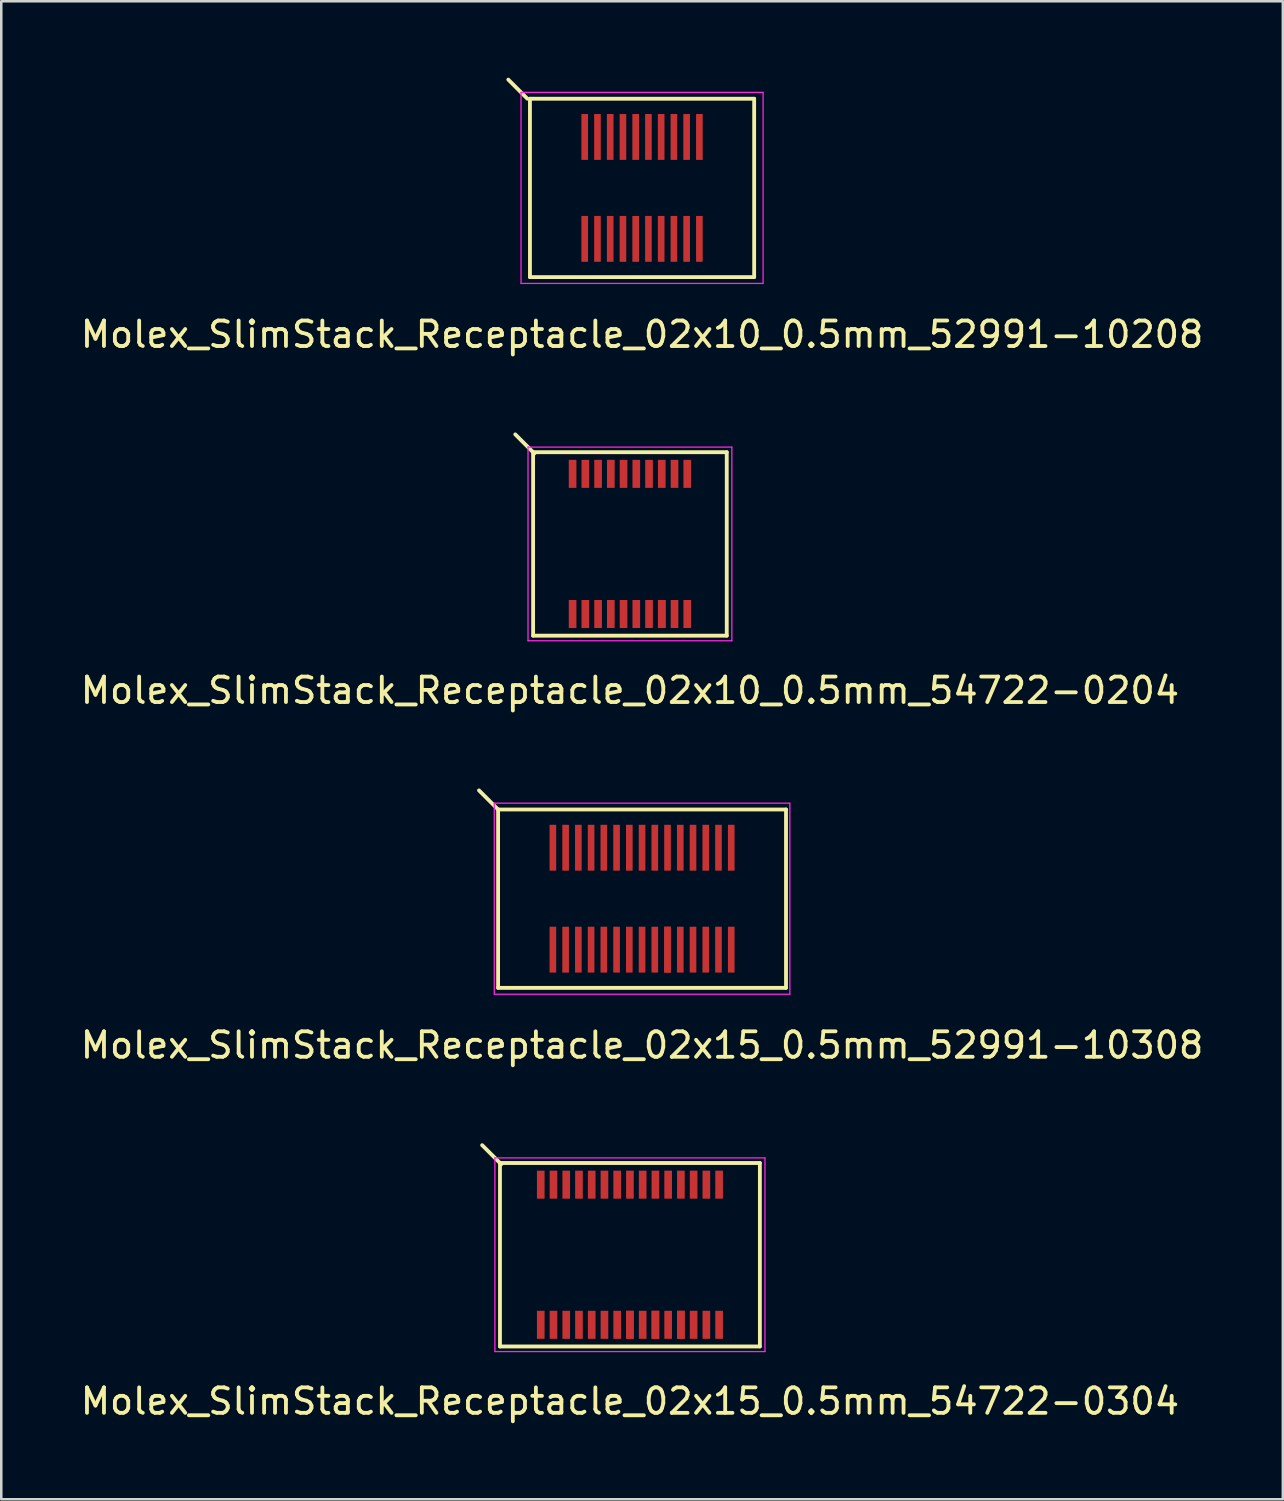
<source format=kicad_pcb>
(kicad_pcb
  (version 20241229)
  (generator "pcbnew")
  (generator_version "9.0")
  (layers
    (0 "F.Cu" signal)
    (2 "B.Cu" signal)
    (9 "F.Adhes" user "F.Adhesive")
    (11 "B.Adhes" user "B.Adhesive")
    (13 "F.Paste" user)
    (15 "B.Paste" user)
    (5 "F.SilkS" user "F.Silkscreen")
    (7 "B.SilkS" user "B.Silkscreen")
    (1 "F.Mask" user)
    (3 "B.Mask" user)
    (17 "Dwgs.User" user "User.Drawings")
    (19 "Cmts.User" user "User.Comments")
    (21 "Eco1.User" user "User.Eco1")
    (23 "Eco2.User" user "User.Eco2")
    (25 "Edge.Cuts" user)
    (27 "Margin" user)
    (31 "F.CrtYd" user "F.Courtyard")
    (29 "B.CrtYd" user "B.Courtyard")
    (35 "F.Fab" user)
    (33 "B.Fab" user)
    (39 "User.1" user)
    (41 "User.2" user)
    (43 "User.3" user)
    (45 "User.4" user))
  (footprint "Molex_SlimStack_Receptacle_02x15_0.5mm_52991-10308"
    (layer "F.Cu")
    (at 22.149 32.221)
    (property "Reference" "Molex_SlimStack_Receptacle_02x15_0.5mm_52991-10308" (at 0 5.75 0) (layer "F.SilkS") (effects (font (size 1 1) (thickness 0.15))))
    (attr smd)
    (fp_line (start -5.65 -3.5) (end -6.4 -4.25) (stroke (width 0.15) (type solid)) (layer "F.SilkS"))
    (fp_line (start -5.65 -3.5) (end -5.65 3.5) (stroke (width 0.15) (type solid)) (layer "F.SilkS"))
    (fp_line (start -5.65 3.5) (end 5.65 3.5) (stroke (width 0.15) (type solid)) (layer "F.SilkS"))
    (fp_line (start 5.65 -3.5) (end -5.65 -3.5) (stroke (width 0.15) (type solid)) (layer "F.SilkS"))
    (fp_line (start 5.65 3.5) (end 5.65 -3.5) (stroke (width 0.15) (type solid)) (layer "F.SilkS"))
    (fp_line (start -5.8 -3.75) (end -5.8 3.75) (stroke (width 0.05) (type solid)) (layer "F.CrtYd"))
    (fp_line (start -5.8 3.75) (end 5.8 3.75) (stroke (width 0.05) (type solid)) (layer "F.CrtYd"))
    (fp_line (start 5.8 -3.75) (end -5.8 -3.75) (stroke (width 0.05) (type solid)) (layer "F.CrtYd"))
    (fp_line (start 5.8 3.75) (end 5.8 -3.75) (stroke (width 0.05) (type solid)) (layer "F.CrtYd"))
    (pad "1" smd rect (at -3.5 -2) (size 0.26 1.8) (layers "F.Cu" "F.Mask" "F.Paste"))
    (pad "2" smd rect (at -3.5 2) (size 0.26 1.8) (layers "F.Cu" "F.Mask" "F.Paste"))
    (pad "3" smd rect (at -3 -2) (size 0.26 1.8) (layers "F.Cu" "F.Mask" "F.Paste"))
    (pad "4" smd rect (at -3 2) (size 0.26 1.8) (layers "F.Cu" "F.Mask" "F.Paste"))
    (pad "5" smd rect (at -2.5 -2) (size 0.26 1.8) (layers "F.Cu" "F.Mask" "F.Paste"))
    (pad "6" smd rect (at -2.5 2) (size 0.26 1.8) (layers "F.Cu" "F.Mask" "F.Paste"))
    (pad "7" smd rect (at -2 -2) (size 0.26 1.8) (layers "F.Cu" "F.Mask" "F.Paste"))
    (pad "8" smd rect (at -2 2) (size 0.26 1.8) (layers "F.Cu" "F.Mask" "F.Paste"))
    (pad "9" smd rect (at -1.5 -2) (size 0.26 1.8) (layers "F.Cu" "F.Mask" "F.Paste"))
    (pad "10" smd rect (at -1.5 2) (size 0.26 1.8) (layers "F.Cu" "F.Mask" "F.Paste"))
    (pad "11" smd rect (at -1 -2) (size 0.26 1.8) (layers "F.Cu" "F.Mask" "F.Paste"))
    (pad "12" smd rect (at -1 2) (size 0.26 1.8) (layers "F.Cu" "F.Mask" "F.Paste"))
    (pad "13" smd rect (at -0.5 -2) (size 0.26 1.8) (layers "F.Cu" "F.Mask" "F.Paste"))
    (pad "14" smd rect (at -0.5 2) (size 0.26 1.8) (layers "F.Cu" "F.Mask" "F.Paste"))
    (pad "15" smd rect (at 0 -2) (size 0.26 1.8) (layers "F.Cu" "F.Mask" "F.Paste"))
    (pad "16" smd rect (at 0 2) (size 0.26 1.8) (layers "F.Cu" "F.Mask" "F.Paste"))
    (pad "17" smd rect (at 0.5 -2) (size 0.26 1.8) (layers "F.Cu" "F.Mask" "F.Paste"))
    (pad "18" smd rect (at 0.5 2) (size 0.26 1.8) (layers "F.Cu" "F.Mask" "F.Paste"))
    (pad "19" smd rect (at 1 -2) (size 0.26 1.8) (layers "F.Cu" "F.Mask" "F.Paste"))
    (pad "20" smd rect (at 1 2) (size 0.26 1.8) (layers "F.Cu" "F.Mask" "F.Paste"))
    (pad "20" smd rect (at 1 2) (size 0.26 1.8) (layers "F.Cu" "F.Mask" "F.Paste"))
    (pad "21" smd rect (at 1.5 -2) (size 0.26 1.8) (layers "F.Cu" "F.Mask" "F.Paste"))
    (pad "22" smd rect (at 1.5 2) (size 0.26 1.8) (layers "F.Cu" "F.Mask" "F.Paste"))
    (pad "23" smd rect (at 2 -2) (size 0.26 1.8) (layers "F.Cu" "F.Mask" "F.Paste"))
    (pad "24" smd rect (at 2 2) (size 0.26 1.8) (layers "F.Cu" "F.Mask" "F.Paste"))
    (pad "25" smd rect (at 2.5 -2) (size 0.26 1.8) (layers "F.Cu" "F.Mask" "F.Paste"))
    (pad "26" smd rect (at 2.5 2) (size 0.26 1.8) (layers "F.Cu" "F.Mask" "F.Paste"))
    (pad "27" smd rect (at 3 -2) (size 0.26 1.8) (layers "F.Cu" "F.Mask" "F.Paste"))
    (pad "28" smd rect (at 3 2) (size 0.26 1.8) (layers "F.Cu" "F.Mask" "F.Paste"))
    (pad "29" smd rect (at 3.5 -2) (size 0.26 1.8) (layers "F.Cu" "F.Mask" "F.Paste"))
    (pad "30" smd rect (at 3.5 2) (size 0.26 1.8) (layers "F.Cu" "F.Mask" "F.Paste")))
  (footprint "Molex_SlimStack_Receptacle_02x10_0.5mm_52991-10208"
    (layer "F.Cu")
    (at 22.149 4.325)
    (property "Reference" "Molex_SlimStack_Receptacle_02x10_0.5mm_52991-10208" (at 0 5.75 0) (layer "F.SilkS") (effects (font (size 1 1) (thickness 0.15))))
    (attr smd)
    (fp_line (start -4.5 -3.5) (end -5.25 -4.25) (stroke (width 0.15) (type solid)) (layer "F.SilkS"))
    (fp_line (start -4.4 -3.5) (end -4.4 3.5) (stroke (width 0.15) (type solid)) (layer "F.SilkS"))
    (fp_line (start -4.4 3.5) (end 4.4 3.5) (stroke (width 0.15) (type solid)) (layer "F.SilkS"))
    (fp_line (start 4.4 -3.5) (end -4.4 -3.5) (stroke (width 0.15) (type solid)) (layer "F.SilkS"))
    (fp_line (start 4.4 3.5) (end 4.4 -3.5) (stroke (width 0.15) (type solid)) (layer "F.SilkS"))
    (fp_line (start -4.75 -3.75) (end -4.75 3.75) (stroke (width 0.05) (type solid)) (layer "F.CrtYd"))
    (fp_line (start -4.75 3.75) (end 4.75 3.75) (stroke (width 0.05) (type solid)) (layer "F.CrtYd"))
    (fp_line (start 4.75 -3.75) (end -4.75 -3.75) (stroke (width 0.05) (type solid)) (layer "F.CrtYd"))
    (fp_line (start 4.75 3.75) (end 4.75 -3.75) (stroke (width 0.05) (type solid)) (layer "F.CrtYd"))
    (pad "1" smd rect (at -2.25 -2) (size 0.26 1.8) (layers "F.Cu" "F.Mask" "F.Paste"))
    (pad "2" smd rect (at -2.25 2) (size 0.26 1.8) (layers "F.Cu" "F.Mask" "F.Paste"))
    (pad "3" smd rect (at -1.75 -2) (size 0.26 1.8) (layers "F.Cu" "F.Mask" "F.Paste"))
    (pad "4" smd rect (at -1.75 2) (size 0.26 1.8) (layers "F.Cu" "F.Mask" "F.Paste"))
    (pad "5" smd rect (at -1.25 -2) (size 0.26 1.8) (layers "F.Cu" "F.Mask" "F.Paste"))
    (pad "6" smd rect (at -1.25 2) (size 0.26 1.8) (layers "F.Cu" "F.Mask" "F.Paste"))
    (pad "7" smd rect (at -0.75 -2) (size 0.26 1.8) (layers "F.Cu" "F.Mask" "F.Paste"))
    (pad "8" smd rect (at -0.75 2) (size 0.26 1.8) (layers "F.Cu" "F.Mask" "F.Paste"))
    (pad "9" smd rect (at -0.25 -2) (size 0.26 1.8) (layers "F.Cu" "F.Mask" "F.Paste"))
    (pad "10" smd rect (at -0.25 2) (size 0.26 1.8) (layers "F.Cu" "F.Mask" "F.Paste"))
    (pad "11" smd rect (at 0.25 -2) (size 0.26 1.8) (layers "F.Cu" "F.Mask" "F.Paste"))
    (pad "12" smd rect (at 0.25 2) (size 0.26 1.8) (layers "F.Cu" "F.Mask" "F.Paste"))
    (pad "13" smd rect (at 0.75 -2) (size 0.26 1.8) (layers "F.Cu" "F.Mask" "F.Paste"))
    (pad "14" smd rect (at 0.75 2) (size 0.26 1.8) (layers "F.Cu" "F.Mask" "F.Paste"))
    (pad "15" smd rect (at 1.25 -2) (size 0.26 1.8) (layers "F.Cu" "F.Mask" "F.Paste"))
    (pad "16" smd rect (at 1.25 2) (size 0.26 1.8) (layers "F.Cu" "F.Mask" "F.Paste"))
    (pad "17" smd rect (at 1.75 -2) (size 0.26 1.8) (layers "F.Cu" "F.Mask" "F.Paste"))
    (pad "18" smd rect (at 1.75 2) (size 0.26 1.8) (layers "F.Cu" "F.Mask" "F.Paste"))
    (pad "19" smd rect (at 2.25 -2) (size 0.26 1.8) (layers "F.Cu" "F.Mask" "F.Paste"))
    (pad "20" smd rect (at 2.25 2) (size 0.26 1.8) (layers "F.Cu" "F.Mask" "F.Paste")))
  (footprint "Molex_SlimStack_Receptacle_02x15_0.5mm_54722-0304"
    (layer "F.Cu")
    (at 21.673 46.195)
    (property "Reference" "Molex_SlimStack_Receptacle_02x15_0.5mm_54722-0304" (at 0 5.75 0) (layer "F.SilkS") (effects (font (size 1 1) (thickness 0.15))))
    (attr smd)
    (fp_line (start -5.1 -3.6) (end -5.1 3.6) (stroke (width 0.15) (type solid)) (layer "F.SilkS"))
    (fp_line (start -5.1 3.6) (end 5.1 3.6) (stroke (width 0.15) (type solid)) (layer "F.SilkS"))
    (fp_line (start -5.05 -3.55) (end -5.8 -4.3) (stroke (width 0.15) (type solid)) (layer "F.SilkS"))
    (fp_line (start 5.1 -3.6) (end -5.1 -3.6) (stroke (width 0.15) (type solid)) (layer "F.SilkS"))
    (fp_line (start 5.1 3.6) (end 5.1 -3.6) (stroke (width 0.15) (type solid)) (layer "F.SilkS"))
    (fp_line (start -5.3 -3.8) (end -5.3 3.8) (stroke (width 0.05) (type solid)) (layer "F.CrtYd"))
    (fp_line (start -5.3 3.8) (end 5.3 3.8) (stroke (width 0.05) (type solid)) (layer "F.CrtYd"))
    (fp_line (start 5.3 -3.8) (end -5.3 -3.8) (stroke (width 0.05) (type solid)) (layer "F.CrtYd"))
    (fp_line (start 5.3 3.8) (end 5.3 -3.8) (stroke (width 0.05) (type solid)) (layer "F.CrtYd"))
    (pad "1" smd rect (at -3.5 -2.75) (size 0.3 1.1) (layers "F.Cu" "F.Mask" "F.Paste"))
    (pad "2" smd rect (at -3.5 2.75) (size 0.3 1.1) (layers "F.Cu" "F.Mask" "F.Paste"))
    (pad "3" smd rect (at -3 -2.75) (size 0.3 1.1) (layers "F.Cu" "F.Mask" "F.Paste"))
    (pad "4" smd rect (at -3 2.75) (size 0.3 1.1) (layers "F.Cu" "F.Mask" "F.Paste"))
    (pad "5" smd rect (at -2.5 -2.75) (size 0.3 1.1) (layers "F.Cu" "F.Mask" "F.Paste"))
    (pad "6" smd rect (at -2.5 2.75) (size 0.3 1.1) (layers "F.Cu" "F.Mask" "F.Paste"))
    (pad "7" smd rect (at -2 -2.75) (size 0.3 1.1) (layers "F.Cu" "F.Mask" "F.Paste"))
    (pad "8" smd rect (at -2 2.75) (size 0.3 1.1) (layers "F.Cu" "F.Mask" "F.Paste"))
    (pad "9" smd rect (at -1.5 -2.75) (size 0.3 1.1) (layers "F.Cu" "F.Mask" "F.Paste"))
    (pad "10" smd rect (at -1.5 2.75) (size 0.3 1.1) (layers "F.Cu" "F.Mask" "F.Paste"))
    (pad "11" smd rect (at -1 -2.75) (size 0.3 1.1) (layers "F.Cu" "F.Mask" "F.Paste"))
    (pad "12" smd rect (at -1 2.75) (size 0.3 1.1) (layers "F.Cu" "F.Mask" "F.Paste"))
    (pad "13" smd rect (at -0.5 -2.75) (size 0.3 1.1) (layers "F.Cu" "F.Mask" "F.Paste"))
    (pad "14" smd rect (at -0.5 2.75) (size 0.3 1.1) (layers "F.Cu" "F.Mask" "F.Paste"))
    (pad "15" smd rect (at 0 -2.75) (size 0.3 1.1) (layers "F.Cu" "F.Mask" "F.Paste"))
    (pad "16" smd rect (at 0 2.75) (size 0.3 1.1) (layers "F.Cu" "F.Mask" "F.Paste"))
    (pad "16" smd rect (at 0 2.75) (size 0.3 1.1) (layers "F.Cu" "F.Mask" "F.Paste"))
    (pad "17" smd rect (at 0.5 -2.75) (size 0.3 1.1) (layers "F.Cu" "F.Mask" "F.Paste"))
    (pad "18" smd rect (at 0.5 2.75) (size 0.3 1.1) (layers "F.Cu" "F.Mask" "F.Paste"))
    (pad "19" smd rect (at 1 -2.75) (size 0.3 1.1) (layers "F.Cu" "F.Mask" "F.Paste"))
    (pad "20" smd rect (at 1 2.75) (size 0.3 1.1) (layers "F.Cu" "F.Mask" "F.Paste"))
    (pad "20" smd rect (at 1 2.75) (size 0.3 1.1) (layers "F.Cu" "F.Mask" "F.Paste"))
    (pad "21" smd rect (at 1.5 -2.75) (size 0.3 1.1) (layers "F.Cu" "F.Mask" "F.Paste"))
    (pad "22" smd rect (at 1.5 2.75) (size 0.3 1.1) (layers "F.Cu" "F.Mask" "F.Paste"))
    (pad "23" smd rect (at 2 -2.75) (size 0.3 1.1) (layers "F.Cu" "F.Mask" "F.Paste"))
    (pad "24" smd rect (at 2 2.75) (size 0.3 1.1) (layers "F.Cu" "F.Mask" "F.Paste"))
    (pad "24" smd rect (at 2 2.75) (size 0.3 1.1) (layers "F.Cu" "F.Mask" "F.Paste"))
    (pad "25" smd rect (at 2.5 -2.75) (size 0.3 1.1) (layers "F.Cu" "F.Mask" "F.Paste"))
    (pad "26" smd rect (at 2.5 2.75) (size 0.3 1.1) (layers "F.Cu" "F.Mask" "F.Paste"))
    (pad "27" smd rect (at 3 -2.75) (size 0.3 1.1) (layers "F.Cu" "F.Mask" "F.Paste"))
    (pad "28" smd rect (at 3 2.75) (size 0.3 1.1) (layers "F.Cu" "F.Mask" "F.Paste"))
    (pad "29" smd rect (at 3.5 -2.75) (size 0.3 1.1) (layers "F.Cu" "F.Mask" "F.Paste"))
    (pad "30" smd rect (at 3.5 2.75) (size 0.3 1.1) (layers "F.Cu" "F.Mask" "F.Paste")))
  (footprint "Molex_SlimStack_Receptacle_02x10_0.5mm_54722-0204"
    (layer "F.Cu")
    (at 21.673 18.298)
    (property "Reference" "Molex_SlimStack_Receptacle_02x10_0.5mm_54722-0204" (at 0 5.75 0) (layer "F.SilkS") (effects (font (size 1 1) (thickness 0.15))))
    (attr smd)
    (fp_line (start -3.8 -3.6) (end -3.8 3.6) (stroke (width 0.15) (type solid)) (layer "F.SilkS"))
    (fp_line (start -3.8 3.6) (end 3.8 3.6) (stroke (width 0.15) (type solid)) (layer "F.SilkS"))
    (fp_line (start -3.75 -3.55) (end -4.5 -4.3) (stroke (width 0.15) (type solid)) (layer "F.SilkS"))
    (fp_line (start 3.8 -3.6) (end -3.8 -3.6) (stroke (width 0.15) (type solid)) (layer "F.SilkS"))
    (fp_line (start 3.8 3.6) (end 3.8 -3.6) (stroke (width 0.15) (type solid)) (layer "F.SilkS"))
    (fp_line (start -4 -3.8) (end -4 3.8) (stroke (width 0.05) (type solid)) (layer "F.CrtYd"))
    (fp_line (start -4 3.8) (end 4 3.8) (stroke (width 0.05) (type solid)) (layer "F.CrtYd"))
    (fp_line (start 4 -3.8) (end -4 -3.8) (stroke (width 0.05) (type solid)) (layer "F.CrtYd"))
    (fp_line (start 4 3.8) (end 4 -3.8) (stroke (width 0.05) (type solid)) (layer "F.CrtYd"))
    (pad "1" smd rect (at -2.25 -2.75) (size 0.3 1.1) (layers "F.Cu" "F.Mask" "F.Paste"))
    (pad "2" smd rect (at -2.25 2.75) (size 0.3 1.1) (layers "F.Cu" "F.Mask" "F.Paste"))
    (pad "3" smd rect (at -1.75 -2.75) (size 0.3 1.1) (layers "F.Cu" "F.Mask" "F.Paste"))
    (pad "4" smd rect (at -1.75 2.75) (size 0.3 1.1) (layers "F.Cu" "F.Mask" "F.Paste"))
    (pad "5" smd rect (at -1.25 -2.75) (size 0.3 1.1) (layers "F.Cu" "F.Mask" "F.Paste"))
    (pad "6" smd rect (at -1.25 2.75) (size 0.3 1.1) (layers "F.Cu" "F.Mask" "F.Paste"))
    (pad "7" smd rect (at -0.75 -2.75) (size 0.3 1.1) (layers "F.Cu" "F.Mask" "F.Paste"))
    (pad "8" smd rect (at -0.75 2.75) (size 0.3 1.1) (layers "F.Cu" "F.Mask" "F.Paste"))
    (pad "9" smd rect (at -0.25 -2.75) (size 0.3 1.1) (layers "F.Cu" "F.Mask" "F.Paste"))
    (pad "10" smd rect (at -0.25 2.75) (size 0.3 1.1) (layers "F.Cu" "F.Mask" "F.Paste"))
    (pad "11" smd rect (at 0.25 -2.75) (size 0.3 1.1) (layers "F.Cu" "F.Mask" "F.Paste"))
    (pad "12" smd rect (at 0.25 2.75) (size 0.3 1.1) (layers "F.Cu" "F.Mask" "F.Paste"))
    (pad "13" smd rect (at 0.75 -2.75) (size 0.3 1.1) (layers "F.Cu" "F.Mask" "F.Paste"))
    (pad "14" smd rect (at 0.75 2.75) (size 0.3 1.1) (layers "F.Cu" "F.Mask" "F.Paste"))
    (pad "15" smd rect (at 1.25 -2.75) (size 0.3 1.1) (layers "F.Cu" "F.Mask" "F.Paste"))
    (pad "16" smd rect (at 1.25 2.75) (size 0.3 1.1) (layers "F.Cu" "F.Mask" "F.Paste"))
    (pad "16" smd rect (at 1.25 2.75) (size 0.3 1.1) (layers "F.Cu" "F.Mask" "F.Paste"))
    (pad "17" smd rect (at 1.75 -2.75) (size 0.3 1.1) (layers "F.Cu" "F.Mask" "F.Paste"))
    (pad "18" smd rect (at 1.75 2.75) (size 0.3 1.1) (layers "F.Cu" "F.Mask" "F.Paste"))
    (pad "19" smd rect (at 2.25 -2.75) (size 0.3 1.1) (layers "F.Cu" "F.Mask" "F.Paste"))
    (pad "20" smd rect (at 2.25 2.75) (size 0.3 1.1) (layers "F.Cu" "F.Mask" "F.Paste")))
  (gr_rect
    (start -3 -3)
    (end 47.298 55.793)
    (stroke (width 0.1) (type default))
    (fill no)
    (layer "Edge.Cuts")))
</source>
